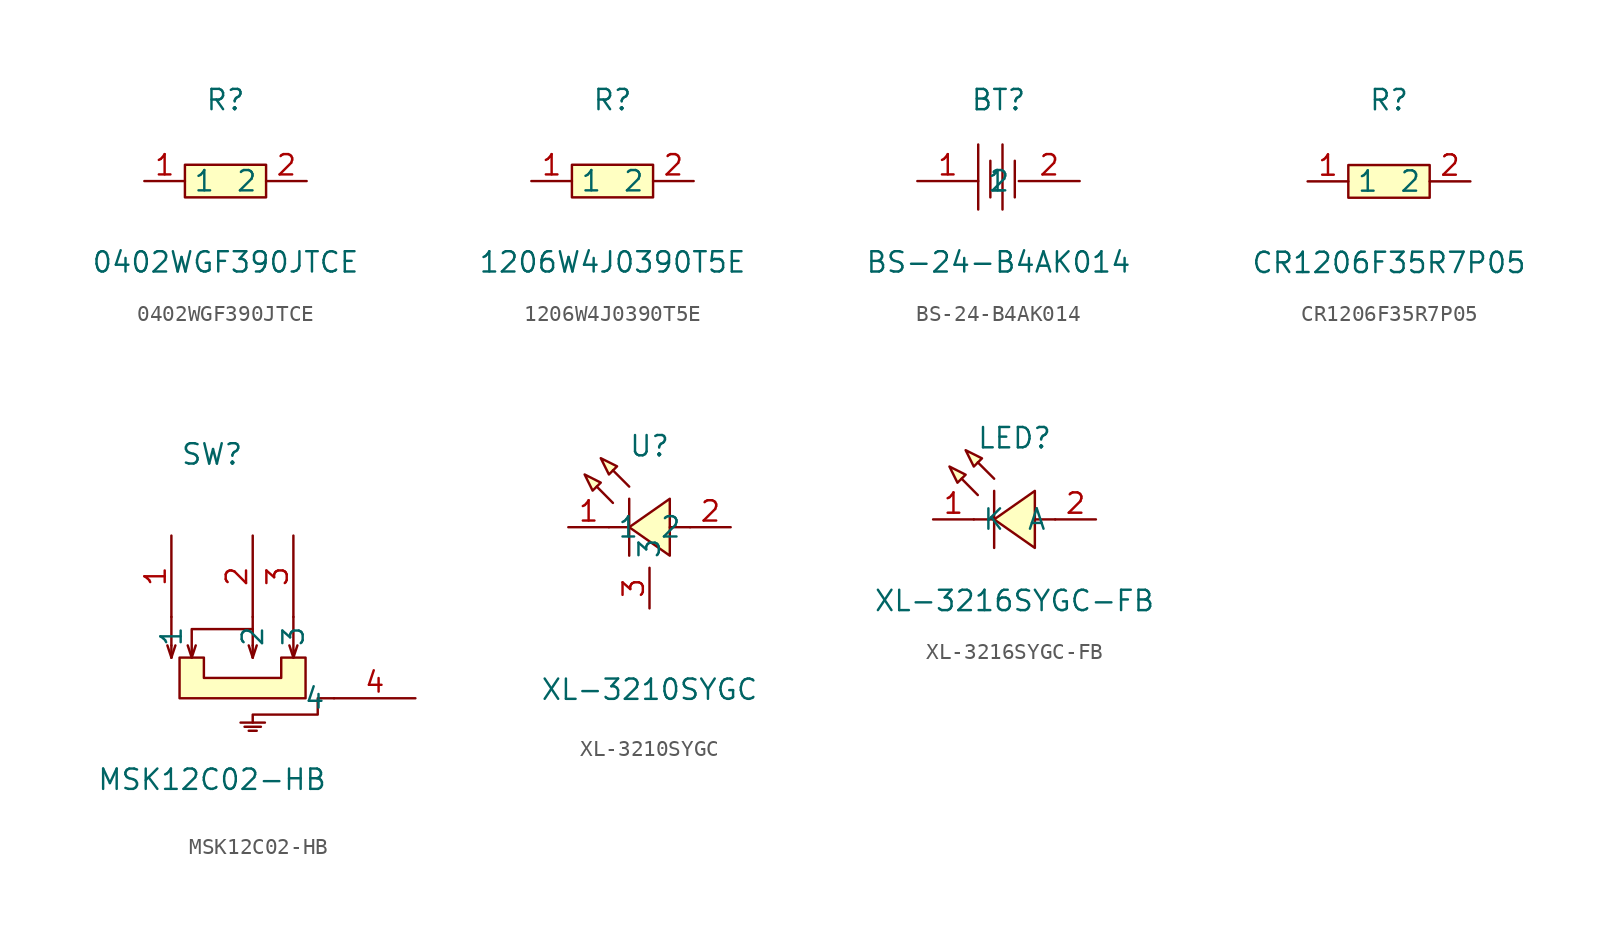
<source format=kicad_sym>
(kicad_symbol_lib
  (version 20211014)
  (generator https://github.com/uPesy/easyeda2kicad.py)
  (symbol "0402WGF390JTCE"
    (property "Reference" "R"
      (at 0 5.08 0)
      (effects (font (size 1.27 1.27))))
    (property "Value" "0402WGF390JTCE"
      (at 0 -5.08 0)
      (effects (font (size 1.27 1.27))))
    (symbol "0402WGF390JTCE_0_1"
      (rectangle (start -2.54 1.02) (end 2.54 -1.02) (stroke (width 0) (type default) (color 0 0 0 0)) (fill (type background)))
      (pin input line (at 5.08 -0.00 180) (length 2.54) (name "2" (effects (font (size 1.27 1.27)))) (number "2" (effects (font (size 1.27 1.27)))))
      (pin input line (at -5.08 -0.00 0) (length 2.54) (name "1" (effects (font (size 1.27 1.27)))) (number "1" (effects (font (size 1.27 1.27)))))))
  (symbol "1206W4J0390T5E"
    (property "Reference" "R"
      (at 0 5.08 0)
      (effects (font (size 1.27 1.27))))
    (property "Value" "1206W4J0390T5E"
      (at 0 -5.08 0)
      (effects (font (size 1.27 1.27))))
    (symbol "1206W4J0390T5E_0_1"
      (rectangle (start -2.54 1.02) (end 2.54 -1.02) (stroke (width 0) (type default) (color 0 0 0 0)) (fill (type background)))
      (pin input line (at 5.08 -0.00 180) (length 2.54) (name "2" (effects (font (size 1.27 1.27)))) (number "2" (effects (font (size 1.27 1.27)))))
      (pin input line (at -5.08 -0.00 0) (length 2.54) (name "1" (effects (font (size 1.27 1.27)))) (number "1" (effects (font (size 1.27 1.27)))))))
  (symbol "BS-24-B4AK014"
    (property "Reference" "BT"
      (at 0 5.08 0)
      (effects (font (size 1.27 1.27))))
    (property "Value" "BS-24-B4AK014"
      (at 0 -5.08 0)
      (effects (font (size 1.27 1.27))))
    (symbol "BS-24-B4AK014_0_1"
      (polyline (pts (xy 1.02 1.27) (xy 1.02 -1.02)) (stroke (width 0) (type default) (color 0 0 0 0)) (fill (type none)))
      (polyline (pts (xy 0.25 2.29) (xy 0.25 -1.78)) (stroke (width 0) (type default) (color 0 0 0 0)) (fill (type none)))
      (polyline (pts (xy -0.51 1.27) (xy -0.51 -1.02)) (stroke (width 0) (type default) (color 0 0 0 0)) (fill (type none)))
      (polyline (pts (xy -1.27 2.29) (xy -1.27 -1.78)) (stroke (width 0) (type default) (color 0 0 0 0)) (fill (type none)))
      (pin input line (at 5.08 -0.00 180) (length 3.81) (name "2" (effects (font (size 1.27 1.27)))) (number "2" (effects (font (size 1.27 1.27)))))
      (pin input line (at -5.08 -0.00 0) (length 3.81) (name "1" (effects (font (size 1.27 1.27)))) (number "1" (effects (font (size 1.27 1.27)))))))
  (symbol "CR1206F35R7P05"
    (property "Reference" "R"
      (at 0 5.08 0)
      (effects (font (size 1.27 1.27))))
    (property "Value" "CR1206F35R7P05"
      (at 0 -5.08 0)
      (effects (font (size 1.27 1.27))))
    (symbol "CR1206F35R7P05_0_1"
      (rectangle (start -2.54 1.02) (end 2.54 -1.02) (stroke (width 0) (type default) (color 0 0 0 0)) (fill (type background)))
      (pin unspecified line (at 5.08 -0.00 180) (length 2.54) (name "2" (effects (font (size 1.27 1.27)))) (number "2" (effects (font (size 1.27 1.27)))))
      (pin unspecified line (at -5.08 -0.00 0) (length 2.54) (name "1" (effects (font (size 1.27 1.27)))) (number "1" (effects (font (size 1.27 1.27)))))))
  (symbol "MSK12C02-HB"
    (property "Reference" "SW"
      (at 0 15.24 0)
      (effects (font (size 1.27 1.27))))
    (property "Value" "MSK12C02-HB"
      (at 0 -5.08 0)
      (effects (font (size 1.27 1.27))))
    (symbol "MSK12C02-HB_0_1"
      (polyline (pts (xy 2.54 5.08) (xy 2.54 3.30)) (stroke (width 0) (type default) (color 0 0 0 0)) (fill (type none)))
      (polyline (pts (xy 2.54 3.30) (xy 2.54 2.54)) (stroke (width 0) (type default) (color 0 0 0 0)) (fill (type none)))
      (polyline (pts (xy 2.54 4.32) (xy -1.27 4.32) (xy -1.27 2.54) (xy -1.02 3.30)) (stroke (width 0) (type default) (color 0 0 0 0)) (fill (type none)))
      (polyline (pts (xy -1.27 2.54) (xy -1.52 3.30)) (stroke (width 0) (type default) (color 0 0 0 0)) (fill (type none)))
      (polyline (pts (xy -1.78 2.54) (xy -0.51 2.54) (xy -0.51 1.27) (xy 4.32 1.27) (xy 4.32 2.54) (xy 5.84 2.54) (xy 5.84 -0.00) (xy -2.03 -0.00) (xy -2.03 2.54) (xy -1.78 2.54)) (stroke (width 0) (type default) (color 0 0 0 0)) (fill (type background)))
      (polyline (pts (xy 5.08 5.08) (xy 5.08 2.54) (xy 5.33 3.30)) (stroke (width 0) (type default) (color 0 0 0 0)) (fill (type none)))
      (polyline (pts (xy 5.08 2.54) (xy 4.83 3.30)) (stroke (width 0) (type default) (color 0 0 0 0)) (fill (type none)))
      (polyline (pts (xy 2.54 2.54) (xy 2.79 3.30)) (stroke (width 0) (type default) (color 0 0 0 0)) (fill (type none)))
      (polyline (pts (xy 2.54 2.54) (xy 2.29 3.30)) (stroke (width 0) (type default) (color 0 0 0 0)) (fill (type none)))
      (polyline (pts (xy 7.62 -0.00) (xy 6.60 -0.00) (xy 6.60 -1.02) (xy 2.54 -1.02) (xy 2.54 -1.52)) (stroke (width 0) (type default) (color 0 0 0 0)) (fill (type none)))
      (polyline (pts (xy 1.78 -1.52) (xy 3.30 -1.52)) (stroke (width 0) (type default) (color 0 0 0 0)) (fill (type none)))
      (polyline (pts (xy 2.03 -1.78) (xy 3.05 -1.78)) (stroke (width 0) (type default) (color 0 0 0 0)) (fill (type none)))
      (polyline (pts (xy 2.29 -2.03) (xy 2.79 -2.03)) (stroke (width 0) (type default) (color 0 0 0 0)) (fill (type none)))
      (polyline (pts (xy -2.54 2.54) (xy -2.79 3.30)) (stroke (width 0) (type default) (color 0 0 0 0)) (fill (type none)))
      (polyline (pts (xy -2.54 2.54) (xy -2.29 3.30)) (stroke (width 0) (type default) (color 0 0 0 0)) (fill (type none)))
      (polyline (pts (xy -2.54 3.30) (xy -2.54 2.54)) (stroke (width 0) (type default) (color 0 0 0 0)) (fill (type none)))
      (polyline (pts (xy -2.54 5.08) (xy -2.54 3.30)) (stroke (width 0) (type default) (color 0 0 0 0)) (fill (type none)))
      (pin unspecified line (at -2.54 10.16 270) (length 5.08) (name "1" (effects (font (size 1.27 1.27)))) (number "1" (effects (font (size 1.27 1.27)))))
      (pin unspecified line (at 2.54 10.16 270) (length 5.08) (name "2" (effects (font (size 1.27 1.27)))) (number "2" (effects (font (size 1.27 1.27)))))
      (pin unspecified line (at 5.08 10.16 270) (length 5.08) (name "3" (effects (font (size 1.27 1.27)))) (number "3" (effects (font (size 1.27 1.27)))))
      (pin unspecified line (at 12.70 -0.00 180) (length 5.08) (name "4" (effects (font (size 1.27 1.27)))) (number "4" (effects (font (size 1.27 1.27)))))))
  (symbol "XL-3210SYGC"
    (property "Reference" "U"
      (at 0 5.08 0)
      (effects (font (size 1.27 1.27))))
    (property "Value" "XL-3210SYGC"
      (at 0 -10.16 0)
      (effects (font (size 1.27 1.27))))
    (symbol "XL-3210SYGC_0_1"
      (polyline (pts (xy -4.06 3.30) (xy -3.05 2.79) (xy -3.56 2.29) (xy -4.06 3.30)) (stroke (width 0) (type default) (color 0 0 0 0)) (fill (type background)))
      (polyline (pts (xy -3.05 4.32) (xy -2.03 3.81) (xy -2.54 3.30) (xy -3.05 4.32)) (stroke (width 0) (type default) (color 0 0 0 0)) (fill (type background)))
      (polyline (pts (xy 1.27 1.78) (xy -1.27 -0.00) (xy 1.27 -1.78) (xy 1.27 1.78)) (stroke (width 0) (type default) (color 0 0 0 0)) (fill (type background)))
      (polyline (pts (xy -2.29 1.52) (xy -3.30 2.54) (xy -2.29 1.52)) (stroke (width 0) (type default) (color 0 0 0 0)) (fill (type background)))
      (polyline (pts (xy -1.27 2.54) (xy -2.29 3.56) (xy -1.27 2.54)) (stroke (width 0) (type default) (color 0 0 0 0)) (fill (type background)))
      (polyline (pts (xy -1.27 -0.00) (xy -2.54 -0.00)) (stroke (width 0) (type default) (color 0 0 0 0)) (fill (type none)))
      (polyline (pts (xy 2.54 -0.00) (xy 1.27 -0.00)) (stroke (width 0) (type default) (color 0 0 0 0)) (fill (type none)))
      (polyline (pts (xy -1.27 1.78) (xy -1.27 -1.78)) (stroke (width 0) (type default) (color 0 0 0 0)) (fill (type none)))
      (pin unspecified line (at -5.08 -0.00 0) (length 2.54) (name "1" (effects (font (size 1.27 1.27)))) (number "1" (effects (font (size 1.27 1.27)))))
      (pin unspecified line (at 5.08 -0.00 180) (length 2.54) (name "2" (effects (font (size 1.27 1.27)))) (number "2" (effects (font (size 1.27 1.27)))))
      (pin unspecified line (at 0.00 -5.08 90) (length 2.54) (name "3" (effects (font (size 1.27 1.27)))) (number "3" (effects (font (size 1.27 1.27)))))))
  (symbol "XL-3216SYGC-FB"
    (property "Reference" "LED"
      (at 0 5.08 0)
      (effects (font (size 1.27 1.27))))
    (property "Value" "XL-3216SYGC-FB"
      (at 0 -5.08 0)
      (effects (font (size 1.27 1.27))))
    (symbol "XL-3216SYGC-FB_0_1"
      (polyline (pts (xy -4.06 3.30) (xy -3.05 2.79) (xy -3.56 2.29) (xy -4.06 3.30)) (stroke (width 0) (type default) (color 0 0 0 0)) (fill (type background)))
      (polyline (pts (xy -3.05 4.32) (xy -2.03 3.81) (xy -2.54 3.30) (xy -3.05 4.32)) (stroke (width 0) (type default) (color 0 0 0 0)) (fill (type background)))
      (polyline (pts (xy 1.27 1.78) (xy -1.27 -0.00) (xy 1.27 -1.78) (xy 1.27 1.78)) (stroke (width 0) (type default) (color 0 0 0 0)) (fill (type background)))
      (polyline (pts (xy -2.29 1.52) (xy -3.30 2.54) (xy -2.29 1.52)) (stroke (width 0) (type default) (color 0 0 0 0)) (fill (type background)))
      (polyline (pts (xy -1.27 2.54) (xy -2.29 3.56) (xy -1.27 2.54)) (stroke (width 0) (type default) (color 0 0 0 0)) (fill (type background)))
      (polyline (pts (xy -1.27 -0.00) (xy -2.54 -0.00)) (stroke (width 0) (type default) (color 0 0 0 0)) (fill (type none)))
      (polyline (pts (xy 2.54 -0.00) (xy 1.27 -0.00)) (stroke (width 0) (type default) (color 0 0 0 0)) (fill (type none)))
      (polyline (pts (xy -1.27 1.78) (xy -1.27 -1.78)) (stroke (width 0) (type default) (color 0 0 0 0)) (fill (type none)))
      (pin unspecified line (at -5.08 -0.00 0) (length 2.54) (name "K" (effects (font (size 1.27 1.27)))) (number "1" (effects (font (size 1.27 1.27)))))
      (pin unspecified line (at 5.08 -0.00 180) (length 2.54) (name "A" (effects (font (size 1.27 1.27)))) (number "2" (effects (font (size 1.27 1.27))))))))
</source>
